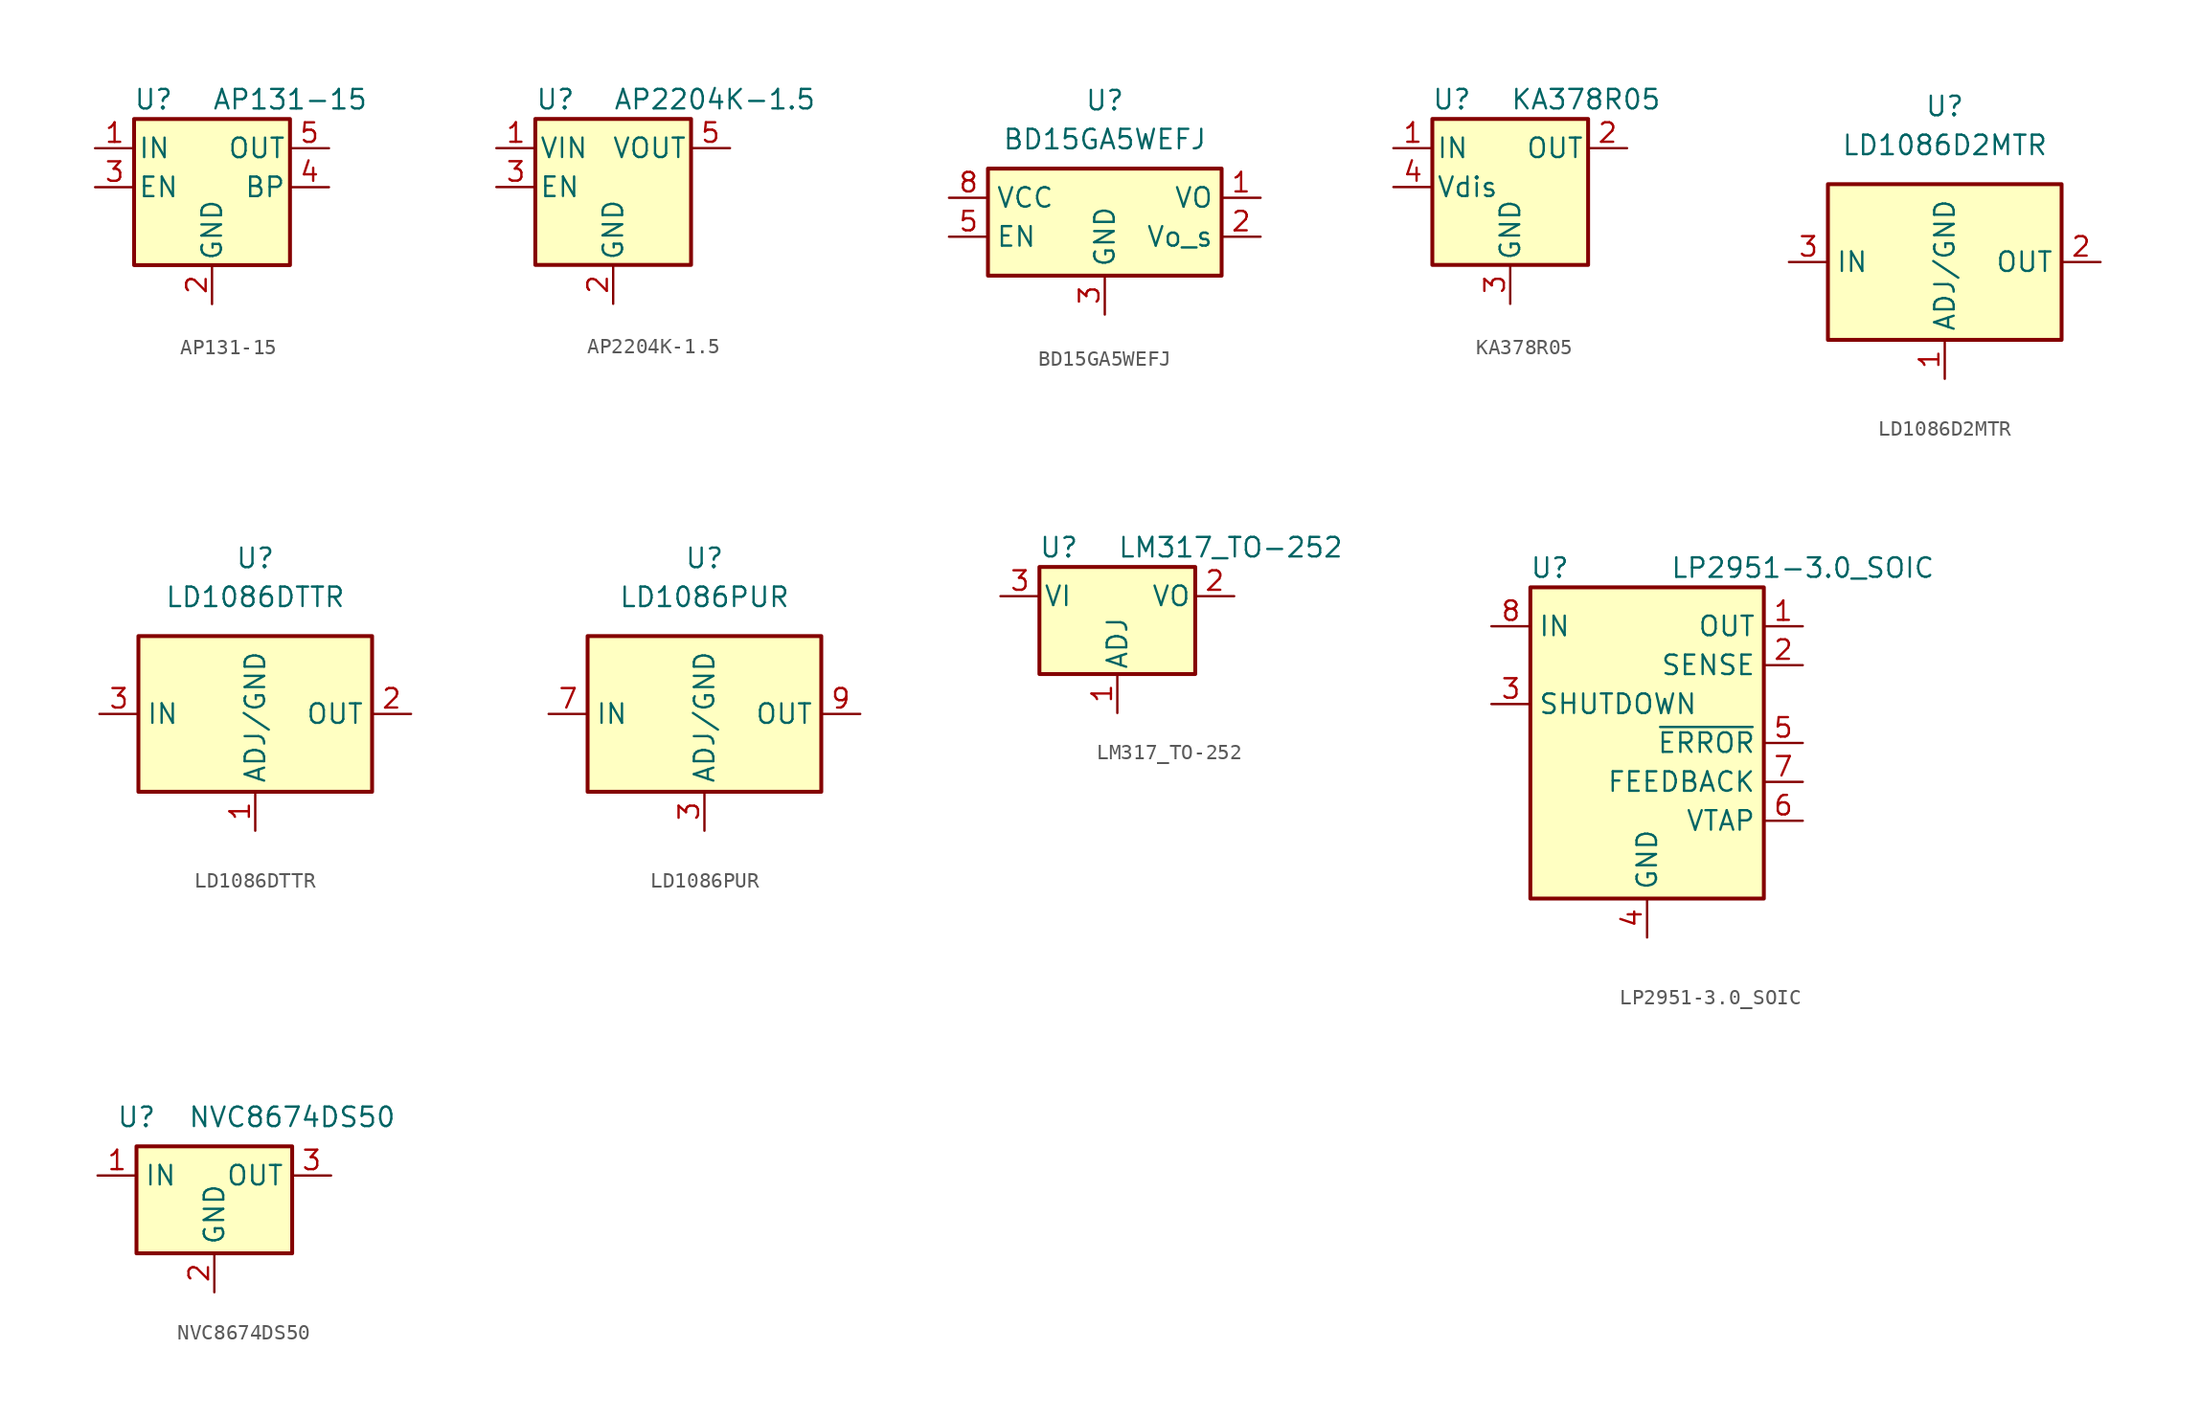
<source format=kicad_sym>
(kicad_symbol_lib
  (version 20201005)
  (generator kicad_symbol_editor)
  (symbol "AP131-15"
    (pin_names
      (offset 0.254))
    (property "Reference" "U"
      (at -3.81 5.715 0)
      (effects (font (size 1.27 1.27))))
    (property "Value" "AP131-15"
      (at 0 5.715 0)
      (effects (font (size 1.27 1.27)) (justify left)))
    (symbol "AP131-15_0_1"
      (rectangle (start -5.08 4.445) (end 5.08 -5.08) (stroke (width 0.254)) (fill (type background))))
    (symbol "AP131-15_1_1"
      (pin power_in line (at -7.62 2.54 0) (length 2.54) (name "IN" (effects (font (size 1.27 1.27)))) (number "1" (effects (font (size 1.27 1.27)))))
      (pin power_in line (at 0 -7.62 90) (length 2.54) (name "GND" (effects (font (size 1.27 1.27)))) (number "2" (effects (font (size 1.27 1.27)))))
      (pin input line (at -7.62 0 0) (length 2.54) (name "EN" (effects (font (size 1.27 1.27)))) (number "3" (effects (font (size 1.27 1.27)))))
      (pin input line (at 7.62 0 180) (length 2.54) (name "BP" (effects (font (size 1.27 1.27)))) (number "4" (effects (font (size 1.27 1.27)))))
      (pin power_out line (at 7.62 2.54 180) (length 2.54) (name "OUT" (effects (font (size 1.27 1.27)))) (number "5" (effects (font (size 1.27 1.27)))))))
  (symbol "AP2204K-1.5"
    (pin_names
      (offset 0.254))
    (property "Reference" "U"
      (at -5.08 5.715 0)
      (effects (font (size 1.27 1.27)) (justify left)))
    (property "Value" "AP2204K-1.5"
      (at 0 5.715 0)
      (effects (font (size 1.27 1.27)) (justify left)))
    (symbol "AP2204K-1.5_0_1"
      (rectangle (start -5.08 4.445) (end 5.08 -5.08) (stroke (width 0.254)) (fill (type background))))
    (symbol "AP2204K-1.5_1_1"
      (pin power_in line (at -7.62 2.54 0) (length 2.54) (name "VIN" (effects (font (size 1.27 1.27)))) (number "1" (effects (font (size 1.27 1.27)))))
      (pin power_in line (at 0 -7.62 90) (length 2.54) (name "GND" (effects (font (size 1.27 1.27)))) (number "2" (effects (font (size 1.27 1.27)))))
      (pin input line (at -7.62 0 0) (length 2.54) (name "EN" (effects (font (size 1.27 1.27)))) (number "3" (effects (font (size 1.27 1.27)))))
      (pin no_connect line (at 5.08 0 180) (length 2.54) hide (name "NC" (effects (font (size 1.27 1.27)))) (number "4" (effects (font (size 1.27 1.27)))))
      (pin power_out line (at 7.62 2.54 180) (length 2.54) (name "VOUT" (effects (font (size 1.27 1.27)))) (number "5" (effects (font (size 1.27 1.27)))))))
  (symbol "BD15GA5WEFJ"
    (property "Reference" "U"
      (at 0 6.35 0)
      (effects (font (size 1.27 1.27))))
    (property "Value" "BD15GA5WEFJ"
      (at 0 3.81 0)
      (effects (font (size 1.27 1.27))))
    (symbol "BD15GA5WEFJ_1_1"
      (rectangle (start -7.62 -5.08) (end 7.62 1.905) (stroke (width 0.254)) (fill (type background)))
      (pin power_out line (at 10.16 0 180) (length 2.54) (name "VO" (effects (font (size 1.27 1.27)))) (number "1" (effects (font (size 1.27 1.27)))))
      (pin input line (at 10.16 -2.54 180) (length 2.54) (name "Vo_s" (effects (font (size 1.27 1.27)))) (number "2" (effects (font (size 1.27 1.27)))))
      (pin power_in line (at 0 -7.62 90) (length 2.54) (name "GND" (effects (font (size 1.27 1.27)))) (number "3" (effects (font (size 1.27 1.27)))))
      (pin passive line (at 0 -7.62 90) (length 2.54) hide (name "GND" (effects (font (size 1.27 1.27)))) (number "4" (effects (font (size 1.27 1.27)))))
      (pin input line (at -10.16 -2.54 0) (length 2.54) (name "EN" (effects (font (size 1.27 1.27)))) (number "5" (effects (font (size 1.27 1.27)))))
      (pin passive line (at 0 -7.62 90) (length 2.54) hide (name "GND" (effects (font (size 1.27 1.27)))) (number "6" (effects (font (size 1.27 1.27)))))
      (pin passive line (at 0 -7.62 90) (length 2.54) hide (name "GND" (effects (font (size 1.27 1.27)))) (number "7" (effects (font (size 1.27 1.27)))))
      (pin power_in line (at -10.16 0 0) (length 2.54) (name "VCC" (effects (font (size 1.27 1.27)))) (number "8" (effects (font (size 1.27 1.27)))))
      (pin passive line (at 0 -7.62 90) (length 2.54) hide (name "GND" (effects (font (size 1.27 1.27)))) (number "9" (effects (font (size 1.27 1.27)))))))
  (symbol "KA378R05"
    (pin_names
      (offset 0.254))
    (property "Reference" "U"
      (at -3.81 5.715 0)
      (effects (font (size 1.27 1.27))))
    (property "Value" "KA378R05"
      (at 0 5.715 0)
      (effects (font (size 1.27 1.27)) (justify left)))
    (symbol "KA378R05_0_1"
      (rectangle (start -5.08 4.445) (end 5.08 -5.08) (stroke (width 0.254)) (fill (type background))))
    (symbol "KA378R05_1_1"
      (pin power_in line (at -7.62 2.54 0) (length 2.54) (name "IN" (effects (font (size 1.27 1.27)))) (number "1" (effects (font (size 1.27 1.27)))))
      (pin power_out line (at 7.62 2.54 180) (length 2.54) (name "OUT" (effects (font (size 1.27 1.27)))) (number "2" (effects (font (size 1.27 1.27)))))
      (pin power_in line (at 0 -7.62 90) (length 2.54) (name "GND" (effects (font (size 1.27 1.27)))) (number "3" (effects (font (size 1.27 1.27)))))
      (pin input line (at -7.62 0 0) (length 2.54) (name "Vdis" (effects (font (size 1.27 1.27)))) (number "4" (effects (font (size 1.27 1.27)))))))
  (symbol "LD1086D2MTR"
    (property "Reference" "U"
      (at 0 10.16 0)
      (effects (font (size 1.27 1.27))))
    (property "Value" "LD1086D2MTR"
      (at 0 7.62 0)
      (effects (font (size 1.27 1.27))))
    (symbol "LD1086D2MTR_1_1"
      (rectangle (start -7.62 -5.08) (end 7.62 5.08) (stroke (width 0.254)) (fill (type background)))
      (pin input line (at 0 -7.62 90) (length 2.54) (name "ADJ/GND" (effects (font (size 1.27 1.27)))) (number "1" (effects (font (size 1.27 1.27)))))
      (pin power_out line (at 10.16 0 180) (length 2.54) (name "OUT" (effects (font (size 1.27 1.27)))) (number "2" (effects (font (size 1.27 1.27)))))
      (pin power_in line (at -10.16 0 0) (length 2.54) (name "IN" (effects (font (size 1.27 1.27)))) (number "3" (effects (font (size 1.27 1.27)))))))
  (symbol "LD1086DTTR"
    (property "Reference" "U"
      (at 0 10.16 0)
      (effects (font (size 1.27 1.27))))
    (property "Value" "LD1086DTTR"
      (at 0 7.62 0)
      (effects (font (size 1.27 1.27))))
    (symbol "LD1086DTTR_1_1"
      (rectangle (start -7.62 -5.08) (end 7.62 5.08) (stroke (width 0.254)) (fill (type background)))
      (pin input line (at 0 -7.62 90) (length 2.54) (name "ADJ/GND" (effects (font (size 1.27 1.27)))) (number "1" (effects (font (size 1.27 1.27)))))
      (pin power_out line (at 10.16 0 180) (length 2.54) (name "OUT" (effects (font (size 1.27 1.27)))) (number "2" (effects (font (size 1.27 1.27)))))
      (pin power_in line (at -10.16 0 0) (length 2.54) (name "IN" (effects (font (size 1.27 1.27)))) (number "3" (effects (font (size 1.27 1.27)))))))
  (symbol "LD1086PUR"
    (property "Reference" "U"
      (at 0 10.16 0)
      (effects (font (size 1.27 1.27))))
    (property "Value" "LD1086PUR"
      (at 0 7.62 0)
      (effects (font (size 1.27 1.27))))
    (symbol "LD1086PUR_0_1"
      (rectangle (start -7.62 -5.08) (end 7.62 5.08) (stroke (width 0.254)) (fill (type background))))
    (symbol "LD1086PUR_1_1"
      (pin input line (at 0 -7.62 90) (length 2.54) (name "ADJ/GND" (effects (font (size 1.27 1.27)))) (number "3" (effects (font (size 1.27 1.27)))))
      (pin power_in line (at -10.16 0 0) (length 2.54) (name "IN" (effects (font (size 1.27 1.27)))) (number "7" (effects (font (size 1.27 1.27)))))
      (pin passive line (at -10.16 0 0) (length 2.54) hide (name "IN" (effects (font (size 1.27 1.27)))) (number "8" (effects (font (size 1.27 1.27)))))
      (pin power_out line (at 10.16 0 180) (length 2.54) (name "OUT" (effects (font (size 1.27 1.27)))) (number "9" (effects (font (size 1.27 1.27)))))))
  (symbol "LM317_TO-252"
    (pin_names
      (offset 0.254))
    (property "Reference" "U"
      (at -3.81 3.175 0)
      (effects (font (size 1.27 1.27))))
    (property "Value" "LM317_TO-252"
      (at 0 3.175 0)
      (effects (font (size 1.27 1.27)) (justify left)))
    (symbol "LM317_TO-252_0_1"
      (rectangle (start -5.08 1.905) (end 5.08 -5.08) (stroke (width 0.254)) (fill (type background))))
    (symbol "LM317_TO-252_1_1"
      (pin input line (at 0 -7.62 90) (length 2.54) (name "ADJ" (effects (font (size 1.27 1.27)))) (number "1" (effects (font (size 1.27 1.27)))))
      (pin power_out line (at 7.62 0 180) (length 2.54) (name "VO" (effects (font (size 1.27 1.27)))) (number "2" (effects (font (size 1.27 1.27)))))
      (pin power_in line (at -7.62 0 0) (length 2.54) (name "VI" (effects (font (size 1.27 1.27)))) (number "3" (effects (font (size 1.27 1.27)))))))
  (symbol "LP2951-3.0_SOIC"
    (property "Reference" "U"
      (at -6.35 11.43 0)
      (effects (font (size 1.27 1.27))))
    (property "Value" "LP2951-3.0_SOIC"
      (at 10.16 11.43 0)
      (effects (font (size 1.27 1.27))))
    (symbol "LP2951-3.0_SOIC_0_1"
      (rectangle (start -7.62 10.16) (end 7.62 -10.16) (stroke (width 0.254)) (fill (type background))))
    (symbol "LP2951-3.0_SOIC_1_1"
      (pin power_out line (at 10.16 7.62 180) (length 2.54) (name "OUT" (effects (font (size 1.27 1.27)))) (number "1" (effects (font (size 1.27 1.27)))))
      (pin passive line (at 10.16 5.08 180) (length 2.54) (name "SENSE" (effects (font (size 1.27 1.27)))) (number "2" (effects (font (size 1.27 1.27)))))
      (pin input line (at -10.16 2.54 0) (length 2.54) (name "SHUTDOWN" (effects (font (size 1.27 1.27)))) (number "3" (effects (font (size 1.27 1.27)))))
      (pin power_in line (at 0 -12.7 90) (length 2.54) (name "GND" (effects (font (size 1.27 1.27)))) (number "4" (effects (font (size 1.27 1.27)))))
      (pin open_collector line (at 10.16 0 180) (length 2.54) (name "~ERROR" (effects (font (size 1.27 1.27)))) (number "5" (effects (font (size 1.27 1.27)))))
      (pin input line (at 10.16 -5.08 180) (length 2.54) (name "VTAP" (effects (font (size 1.27 1.27)))) (number "6" (effects (font (size 1.27 1.27)))))
      (pin input line (at 10.16 -2.54 180) (length 2.54) (name "FEEDBACK" (effects (font (size 1.27 1.27)))) (number "7" (effects (font (size 1.27 1.27)))))
      (pin power_in line (at -10.16 7.62 0) (length 2.54) (name "IN" (effects (font (size 1.27 1.27)))) (number "8" (effects (font (size 1.27 1.27)))))))
  (symbol "NVC8674DS50"
    (property "Reference" "U"
      (at -5.08 3.81 0)
      (effects (font (size 1.27 1.27))))
    (property "Value" "NVC8674DS50"
      (at 5.08 3.81 0)
      (effects (font (size 1.27 1.27))))
    (symbol "NVC8674DS50_1_1"
      (rectangle (start -5.08 1.905) (end 5.08 -5.08) (stroke (width 0.254)) (fill (type background)))
      (pin power_in line (at -7.62 0 0) (length 2.54) (name "IN" (effects (font (size 1.27 1.27)))) (number "1" (effects (font (size 1.27 1.27)))))
      (pin power_in line (at 0 -7.62 90) (length 2.54) (name "GND" (effects (font (size 1.27 1.27)))) (number "2" (effects (font (size 1.27 1.27)))))
      (pin power_out line (at 7.62 0 180) (length 2.54) (name "OUT" (effects (font (size 1.27 1.27)))) (number "3" (effects (font (size 1.27 1.27))))))))
</source>
